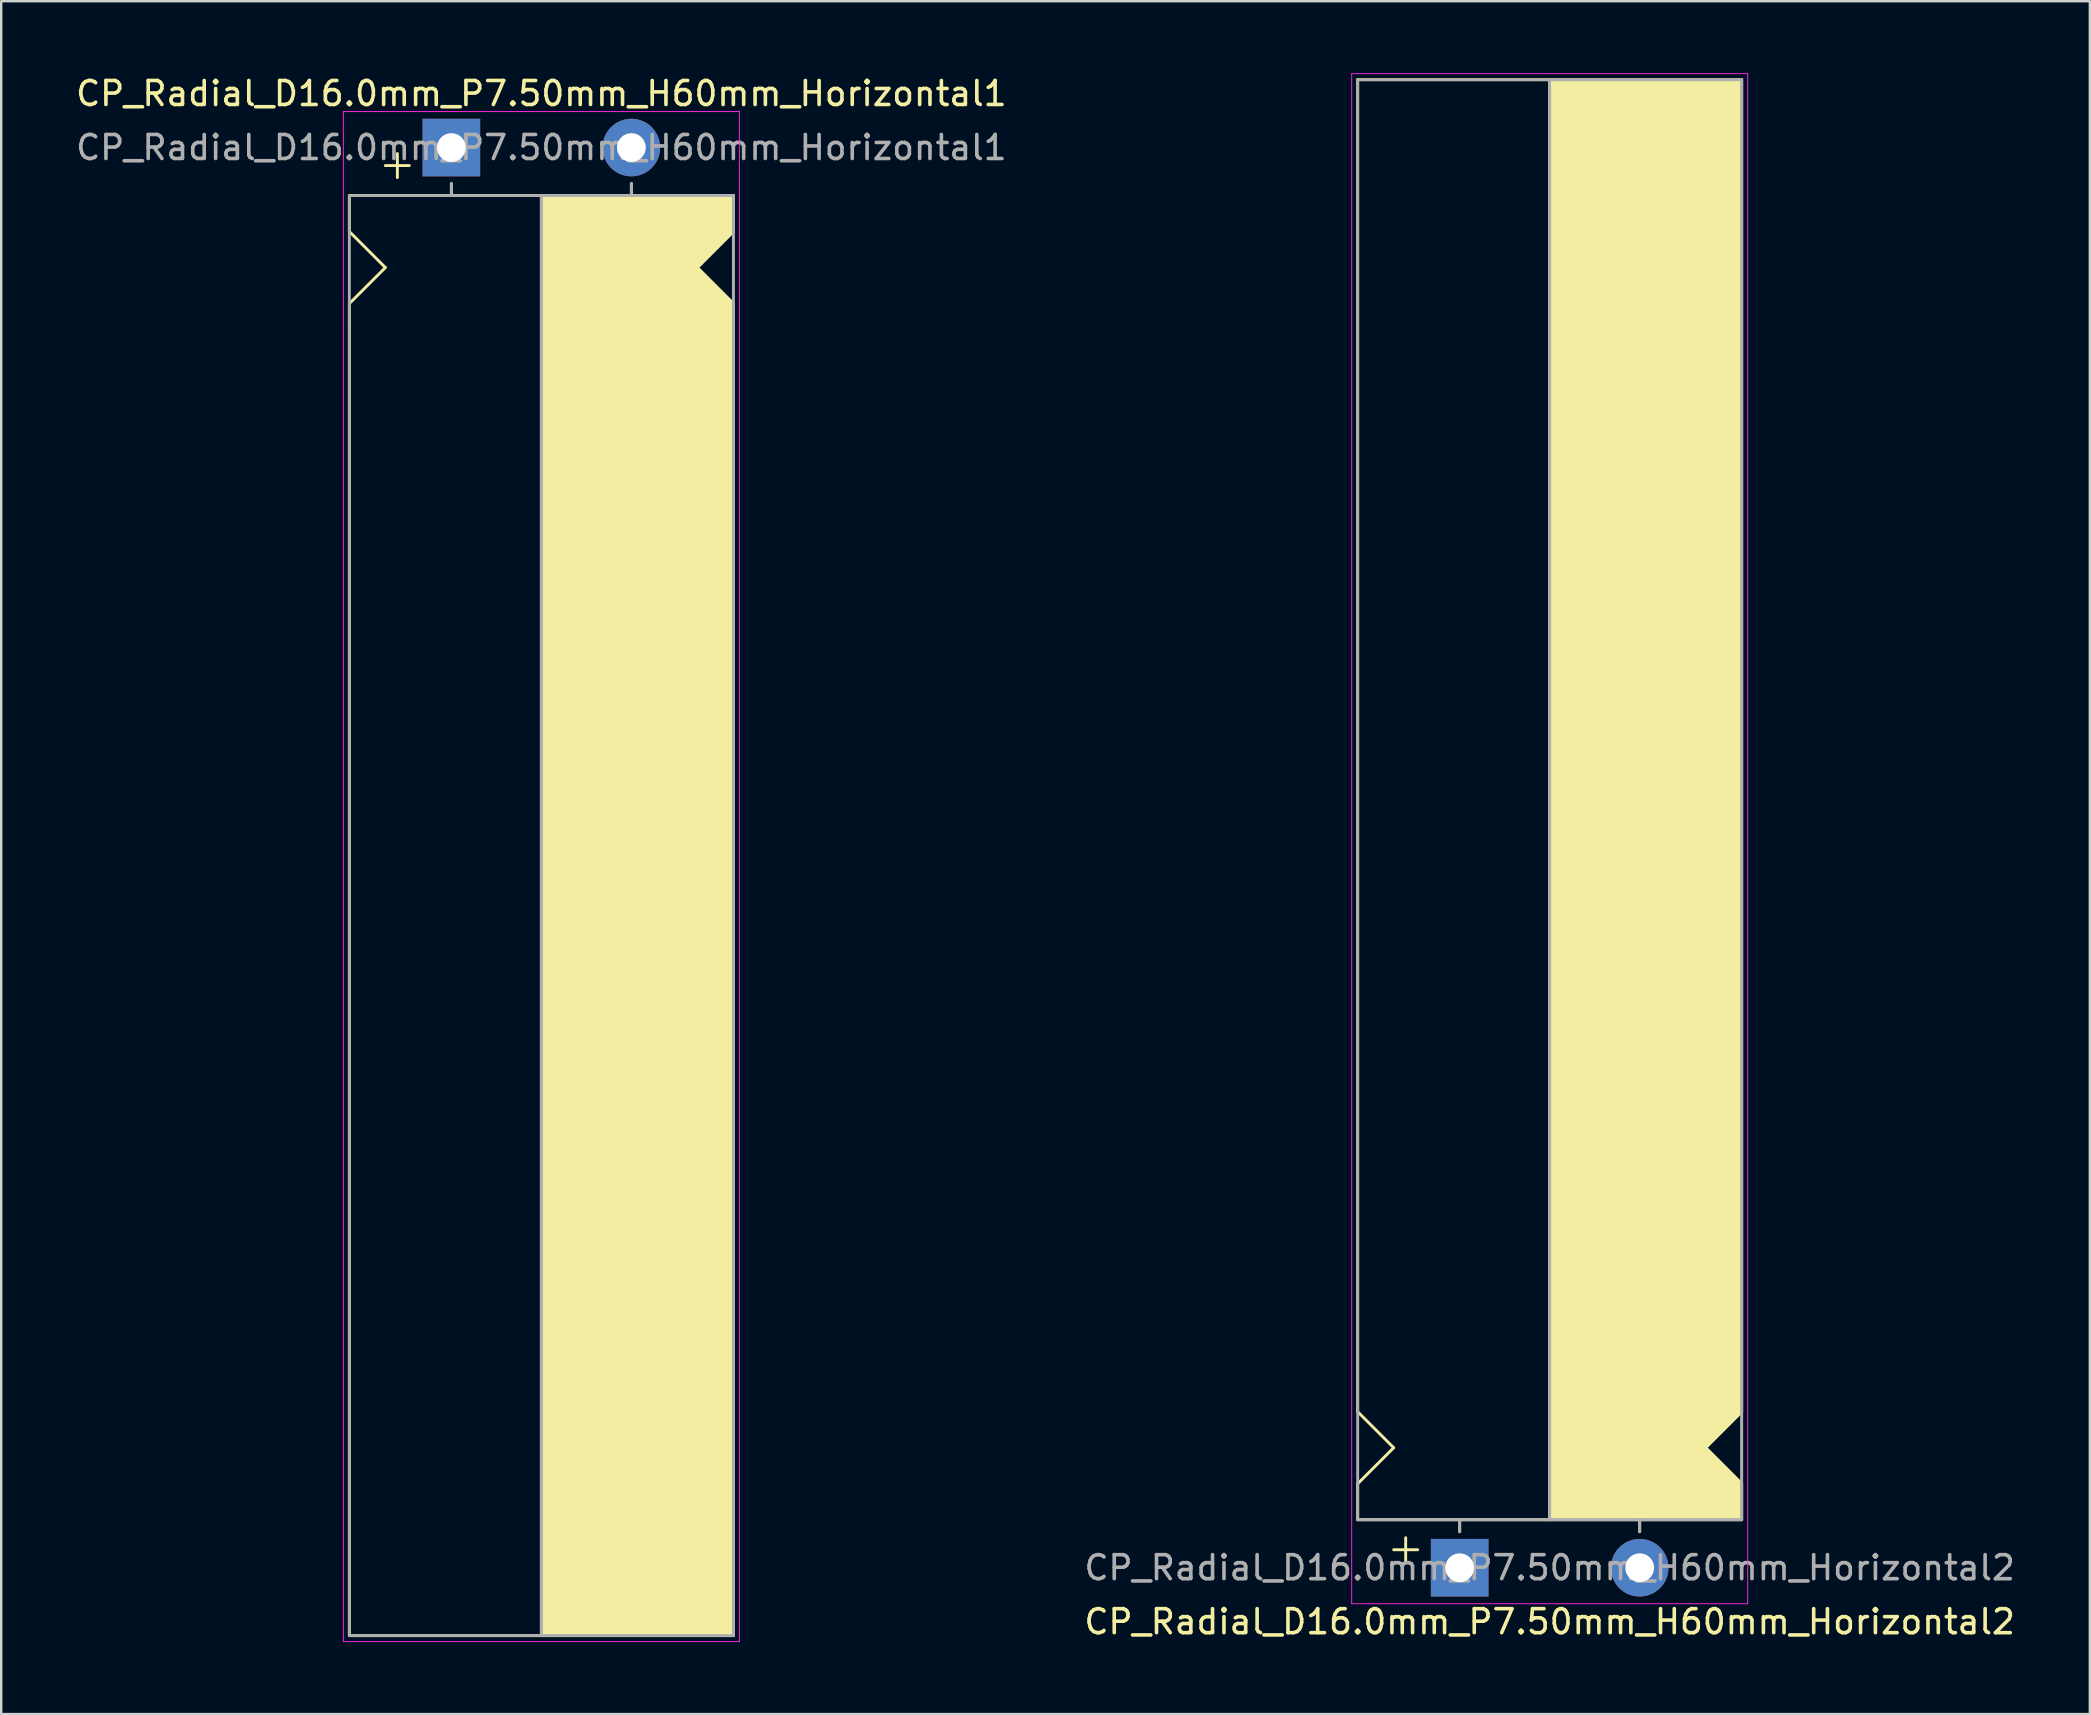
<source format=kicad_pcb>
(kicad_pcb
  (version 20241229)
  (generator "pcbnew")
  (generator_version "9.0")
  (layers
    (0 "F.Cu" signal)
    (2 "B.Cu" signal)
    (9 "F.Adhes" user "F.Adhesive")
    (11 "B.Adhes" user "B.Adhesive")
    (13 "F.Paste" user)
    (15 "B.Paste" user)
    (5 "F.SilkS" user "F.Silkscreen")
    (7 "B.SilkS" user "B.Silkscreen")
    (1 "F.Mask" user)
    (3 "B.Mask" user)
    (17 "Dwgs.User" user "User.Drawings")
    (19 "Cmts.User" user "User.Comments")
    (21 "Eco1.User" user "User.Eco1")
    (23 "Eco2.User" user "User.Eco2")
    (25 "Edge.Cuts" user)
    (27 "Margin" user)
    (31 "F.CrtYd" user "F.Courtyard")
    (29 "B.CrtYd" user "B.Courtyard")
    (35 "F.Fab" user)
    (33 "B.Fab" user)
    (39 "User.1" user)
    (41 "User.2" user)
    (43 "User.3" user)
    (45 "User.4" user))
  (footprint "CP_Radial_D16.0mm_P7.50mm_H60mm_Horizontal2"
    (layer "F.Cu")
    (at 57.768 62.27)
    (property "Reference" "CP_Radial_D16.0mm_P7.50mm_H60mm_Horizontal2" (at 3.75 2.25 0) (layer "F.SilkS") (effects (font (size 1 1) (thickness 0.15))))
    (attr through_hole)
    (fp_line (start -4.25 -7.5) (end -4.25 -62) (stroke (width 0.12) (type solid)) (layer "F.SilkS"))
    (fp_line (start -4.25 -6.5) (end -4.25 -7.5) (stroke (width 0.12) (type solid)) (layer "F.SilkS"))
    (fp_line (start -4.25 -3.5) (end -2.75 -5) (stroke (width 0.12) (type solid)) (layer "F.SilkS"))
    (fp_line (start -4.25 -2) (end -4.25 -3.5) (stroke (width 0.12) (type solid)) (layer "F.SilkS"))
    (fp_line (start -2.75 -5) (end -4.25 -6.5) (stroke (width 0.12) (type solid)) (layer "F.SilkS"))
    (fp_line (start -2.25 -1.25) (end -2.25 -0.25) (stroke (width 0.12) (type solid)) (layer "F.SilkS"))
    (fp_line (start -1.75 -0.75) (end -2.75 -0.75) (stroke (width 0.12) (type solid)) (layer "F.SilkS"))
    (fp_line (start 0 -1.5) (end 0 -2) (stroke (width 0.12) (type solid)) (layer "F.SilkS"))
    (fp_line (start 3.75 -2) (end -4.25 -2) (stroke (width 0.12) (type solid)) (layer "F.SilkS"))
    (fp_line (start 3.75 -2) (end 3.75 -62) (stroke (width 0.12) (type solid)) (layer "F.SilkS"))
    (fp_line (start 3.75 -2) (end 11.75 -2) (stroke (width 0.12) (type solid)) (layer "F.SilkS"))
    (fp_line (start 7.5 -1.5) (end 7.5 -2) (stroke (width 0.12) (type solid)) (layer "F.SilkS"))
    (fp_line (start 10.25 -5) (end 11.75 -6.5) (stroke (width 0.12) (type solid)) (layer "F.SilkS"))
    (fp_line (start 11.75 -62) (end -4.25 -62) (stroke (width 0.12) (type solid)) (layer "F.SilkS"))
    (fp_line (start 11.75 -62) (end 11.75 -6.5) (stroke (width 0.12) (type solid)) (layer "F.SilkS"))
    (fp_line (start 11.75 -3.5) (end 10.25 -5) (stroke (width 0.12) (type solid)) (layer "F.SilkS"))
    (fp_line (start 11.75 -2) (end 11.75 -3.5) (stroke (width 0.12) (type solid)) (layer "F.SilkS"))
    (fp_poly (pts (xy 11.75 -3.5) (xy 10.25 -5) (xy 11.75 -6.5) (xy 11.75 -62) (xy 3.75 -62) (xy 3.75 -2) (xy 11.75 -2)) (stroke (width 0.1) (type solid)) (fill yes) (layer "F.SilkS"))
    (fp_line (start -4.5 -62.25) (end -4.5 1.5) (stroke (width 0.04) (type solid)) (layer "F.CrtYd"))
    (fp_line (start -4.5 1.5) (end 12 1.5) (stroke (width 0.04) (type solid)) (layer "F.CrtYd"))
    (fp_line (start 12 -62.25) (end -4.5 -62.25) (stroke (width 0.04) (type solid)) (layer "F.CrtYd"))
    (fp_line (start 12 1.5) (end 12 -62.25) (stroke (width 0.04) (type solid)) (layer "F.CrtYd"))
    (fp_line (start -4.25 -62) (end 11.75 -62) (stroke (width 0.12) (type solid)) (layer "F.Fab"))
    (fp_line (start -4.25 -2) (end -4.25 -62) (stroke (width 0.12) (type solid)) (layer "F.Fab"))
    (fp_line (start 0 -2) (end -4.25 -2) (stroke (width 0.12) (type solid)) (layer "F.Fab"))
    (fp_line (start 0 -1.5) (end 0 -2) (stroke (width 0.12) (type solid)) (layer "F.Fab"))
    (fp_line (start 3.75 -2) (end 3.75 -62) (stroke (width 0.12) (type solid)) (layer "F.Fab"))
    (fp_line (start 7.5 -1.5) (end 7.5 -2) (stroke (width 0.12) (type solid)) (layer "F.Fab"))
    (fp_line (start 11.75 -62) (end 11.75 -2) (stroke (width 0.12) (type solid)) (layer "F.Fab"))
    (fp_line (start 11.75 -2) (end 0 -2) (stroke (width 0.12) (type solid)) (layer "F.Fab"))
    (fp_poly (pts (xy 11.75 -62) (xy 3.75 -62) (xy 3.75 -2) (xy 11.75 -2)) (stroke (width 0.1) (type solid)) (fill no) (layer "F.Fab"))
    (fp_text user "${REFERENCE}" (at 3.75 0 0) (layer "F.Fab") (effects (font (size 1 1) (thickness 0.15))))
    (pad "1" thru_hole rect (at 0 0) (size 2.4 2.4) (drill 1.2) (layers "*.Cu" "*.Mask"))
    (pad "2" thru_hole circle (at 7.5 0) (size 2.4 2.4) (drill 1.2) (layers "*.Cu" "*.Mask")))
  (footprint "CP_Radial_D16.0mm_P7.50mm_H60mm_Horizontal1"
    (layer "F.Cu")
    (at 15.756 3.098)
    (property "Reference" "CP_Radial_D16.0mm_P7.50mm_H60mm_Horizontal1" (at 3.75 -2.25 0) (layer "F.SilkS") (effects (font (size 1 1) (thickness 0.15))))
    (attr through_hole)
    (fp_line (start -4.25 2) (end -4.25 3.5) (stroke (width 0.12) (type solid)) (layer "F.SilkS"))
    (fp_line (start -4.25 3.5) (end -2.75 5) (stroke (width 0.12) (type solid)) (layer "F.SilkS"))
    (fp_line (start -4.25 6.5) (end -4.25 7.5) (stroke (width 0.12) (type solid)) (layer "F.SilkS"))
    (fp_line (start -4.25 7.5) (end -4.25 62) (stroke (width 0.12) (type solid)) (layer "F.SilkS"))
    (fp_line (start -2.75 5) (end -4.25 6.5) (stroke (width 0.12) (type solid)) (layer "F.SilkS"))
    (fp_line (start -2.25 0.25) (end -2.25 1.25) (stroke (width 0.12) (type solid)) (layer "F.SilkS"))
    (fp_line (start -1.75 0.75) (end -2.75 0.75) (stroke (width 0.12) (type solid)) (layer "F.SilkS"))
    (fp_line (start 0 1.5) (end 0 2) (stroke (width 0.12) (type solid)) (layer "F.SilkS"))
    (fp_line (start 3.75 2) (end -4.25 2) (stroke (width 0.12) (type solid)) (layer "F.SilkS"))
    (fp_line (start 3.75 2) (end 3.75 62) (stroke (width 0.12) (type solid)) (layer "F.SilkS"))
    (fp_line (start 3.75 2) (end 11.75 2) (stroke (width 0.12) (type solid)) (layer "F.SilkS"))
    (fp_line (start 7.5 1.5) (end 7.5 2) (stroke (width 0.12) (type solid)) (layer "F.SilkS"))
    (fp_line (start 10.25 5) (end 11.75 6.5) (stroke (width 0.12) (type solid)) (layer "F.SilkS"))
    (fp_line (start 11.75 2) (end 11.75 3.5) (stroke (width 0.12) (type solid)) (layer "F.SilkS"))
    (fp_line (start 11.75 3.5) (end 10.25 5) (stroke (width 0.12) (type solid)) (layer "F.SilkS"))
    (fp_line (start 11.75 62) (end -4.25 62) (stroke (width 0.12) (type solid)) (layer "F.SilkS"))
    (fp_line (start 11.75 62) (end 11.75 6.5) (stroke (width 0.12) (type solid)) (layer "F.SilkS"))
    (fp_poly (pts (xy 11.75 3.5) (xy 10.25 5) (xy 11.75 6.5) (xy 11.75 62) (xy 3.75 62) (xy 3.75 2) (xy 11.75 2)) (stroke (width 0.1) (type solid)) (fill yes) (layer "F.SilkS"))
    (fp_line (start -4.5 -1.5) (end 12 -1.5) (stroke (width 0.04) (type solid)) (layer "F.CrtYd"))
    (fp_line (start -4.5 62.25) (end -4.5 -1.5) (stroke (width 0.04) (type solid)) (layer "F.CrtYd"))
    (fp_line (start 12 -1.5) (end 12 62.25) (stroke (width 0.04) (type solid)) (layer "F.CrtYd"))
    (fp_line (start 12 62.25) (end -4.5 62.25) (stroke (width 0.04) (type solid)) (layer "F.CrtYd"))
    (fp_line (start -4.25 2) (end -4.25 62) (stroke (width 0.12) (type solid)) (layer "F.Fab"))
    (fp_line (start -4.25 62) (end 11.75 62) (stroke (width 0.12) (type solid)) (layer "F.Fab"))
    (fp_line (start 0 1.5) (end 0 2) (stroke (width 0.12) (type solid)) (layer "F.Fab"))
    (fp_line (start 0 2) (end -4.25 2) (stroke (width 0.12) (type solid)) (layer "F.Fab"))
    (fp_line (start 3.75 2) (end 3.75 62) (stroke (width 0.12) (type solid)) (layer "F.Fab"))
    (fp_line (start 7.5 1.5) (end 7.5 2) (stroke (width 0.12) (type solid)) (layer "F.Fab"))
    (fp_line (start 11.75 2) (end 0 2) (stroke (width 0.12) (type solid)) (layer "F.Fab"))
    (fp_line (start 11.75 62) (end 11.75 2) (stroke (width 0.12) (type solid)) (layer "F.Fab"))
    (fp_poly (pts (xy 11.75 62) (xy 3.75 62) (xy 3.75 2) (xy 11.75 2)) (stroke (width 0.1) (type solid)) (fill no) (layer "F.Fab"))
    (fp_text user "${REFERENCE}" (at 3.75 0 0) (layer "F.Fab") (effects (font (size 1 1) (thickness 0.15))))
    (pad "1" thru_hole rect (at 0 0) (size 2.4 2.4) (drill 1.2) (layers "*.Cu" "*.Mask"))
    (pad "2" thru_hole circle (at 7.5 0) (size 2.4 2.4) (drill 1.2) (layers "*.Cu" "*.Mask")))
  (gr_rect
    (start -3 -3)
    (end 84.024 68.368)
    (stroke (width 0.1) (type default))
    (fill no)
    (layer "Edge.Cuts")))
</source>
